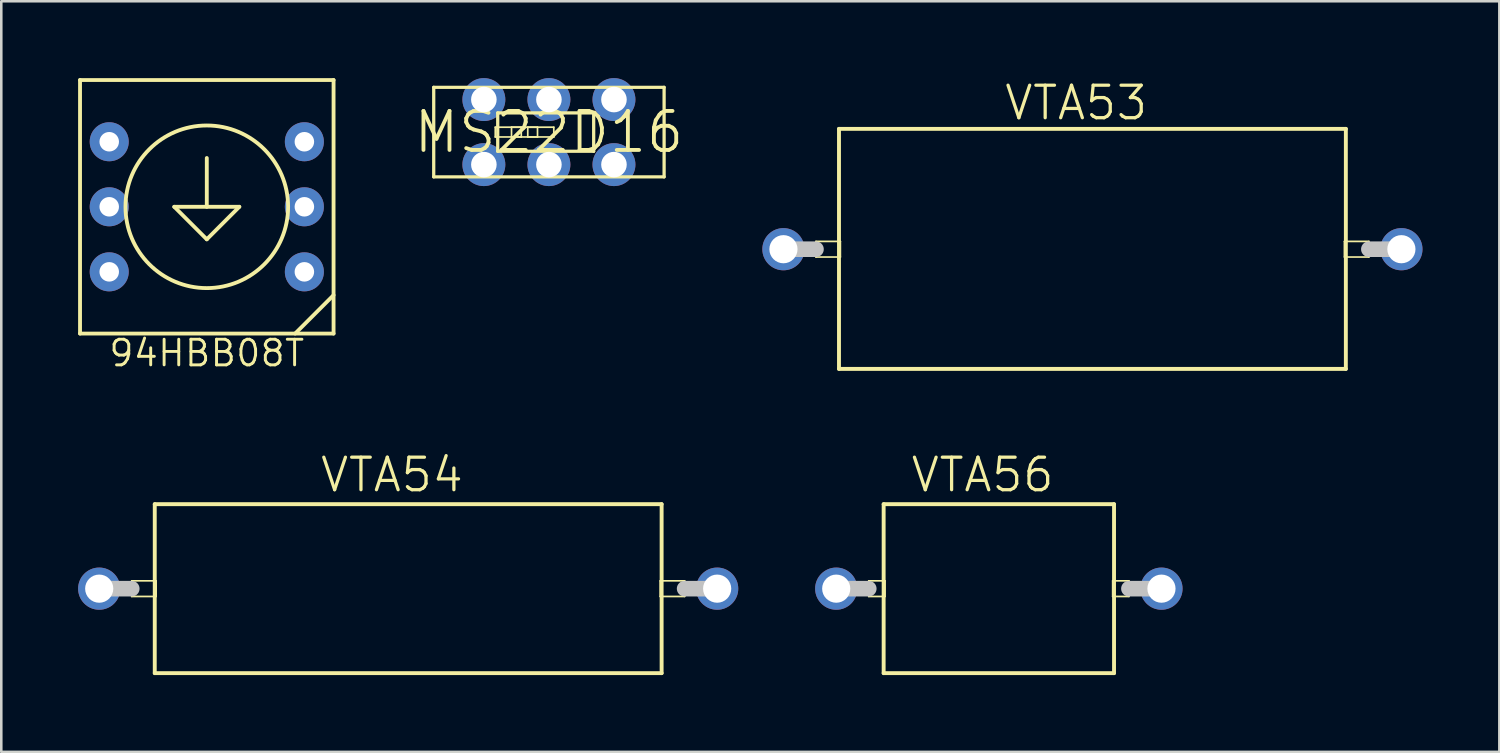
<source format=kicad_pcb>
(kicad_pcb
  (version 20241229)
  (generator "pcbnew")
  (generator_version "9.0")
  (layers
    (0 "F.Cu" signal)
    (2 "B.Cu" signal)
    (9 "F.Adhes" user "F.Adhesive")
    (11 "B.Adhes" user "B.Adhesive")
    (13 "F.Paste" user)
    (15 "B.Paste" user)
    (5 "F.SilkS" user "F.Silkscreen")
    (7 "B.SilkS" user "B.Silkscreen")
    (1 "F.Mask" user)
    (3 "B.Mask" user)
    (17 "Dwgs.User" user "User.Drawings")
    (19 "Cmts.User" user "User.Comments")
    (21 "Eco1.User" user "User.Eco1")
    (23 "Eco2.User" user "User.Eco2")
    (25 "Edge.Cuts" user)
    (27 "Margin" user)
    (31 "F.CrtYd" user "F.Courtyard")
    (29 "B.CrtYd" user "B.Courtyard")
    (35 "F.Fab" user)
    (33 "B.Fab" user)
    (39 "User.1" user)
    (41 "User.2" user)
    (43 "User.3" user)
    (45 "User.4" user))
  (footprint "VTA54"
    (layer "F.Cu")
    (at 12.889 19.936)
    (property "Reference" "VTA54" (at -0.635 -4.445 0) (layer "F.SilkS") (effects (font (size 1.27 1.27) (thickness 0.127))))
    (attr exclude_from_pos_files exclude_from_bom)
    (fp_line (start -10.795 -0.305) (end -9.842 -0.305) (stroke (width 0.066) (type solid)) (layer "F.SilkS"))
    (fp_line (start -10.795 0.305) (end -10.795 -0.305) (stroke (width 0.066) (type solid)) (layer "F.SilkS"))
    (fp_line (start -10.795 0.305) (end -9.842 0.305) (stroke (width 0.066) (type solid)) (layer "F.SilkS"))
    (fp_line (start -9.896 -3.299) (end -9.896 3.299) (stroke (width 0.152) (type solid)) (layer "F.SilkS"))
    (fp_line (start -9.896 3.299) (end 9.896 3.299) (stroke (width 0.152) (type solid)) (layer "F.SilkS"))
    (fp_line (start -9.842 0.305) (end -9.842 -0.305) (stroke (width 0.066) (type solid)) (layer "F.SilkS"))
    (fp_line (start 9.842 -0.305) (end 10.795 -0.305) (stroke (width 0.066) (type solid)) (layer "F.SilkS"))
    (fp_line (start 9.842 0.305) (end 9.842 -0.305) (stroke (width 0.066) (type solid)) (layer "F.SilkS"))
    (fp_line (start 9.842 0.305) (end 10.795 0.305) (stroke (width 0.066) (type solid)) (layer "F.SilkS"))
    (fp_line (start 9.896 -3.299) (end -9.896 -3.299) (stroke (width 0.152) (type solid)) (layer "F.SilkS"))
    (fp_line (start 9.896 3.299) (end 9.896 -3.299) (stroke (width 0.152) (type solid)) (layer "F.SilkS"))
    (fp_line (start 10.795 0.305) (end 10.795 -0.305) (stroke (width 0.066) (type solid)) (layer "F.SilkS"))
    (fp_line (start -12.065 0) (end -10.795 0) (stroke (width 0.61) (type solid)) (layer "Dwgs.User"))
    (fp_line (start 10.795 0) (end 12.065 0) (stroke (width 0.61) (type solid)) (layer "Dwgs.User"))
    (pad "1" thru_hole circle (at -12.065 0) (size 1.648 1.648) (drill 1.1) (layers "*.Cu" "*.Paste" "*.Mask"))
    (pad "2" thru_hole circle (at 12.065 0) (size 1.648 1.648) (drill 1.1) (layers "*.Cu" "*.Paste" "*.Mask")))
  (footprint "MS22D16"
    (layer "F.Cu")
    (at 18.384 2.108)
    (property "Reference" "MS22D16" (at 0 0 0) (layer "F.SilkS") (effects (font (size 1.524 1.524) (thickness 0.15))))
    (attr exclude_from_pos_files exclude_from_bom)
    (fp_line (start -4.498 -1.748) (end -4.498 1.748) (stroke (width 0.127) (type solid)) (layer "F.SilkS"))
    (fp_line (start -4.498 1.748) (end 4.498 1.748) (stroke (width 0.127) (type solid)) (layer "F.SilkS"))
    (fp_line (start -2.095 -0.191) (end -1.079 -0.191) (stroke (width 0.066) (type solid)) (layer "F.SilkS"))
    (fp_line (start -2.095 0.191) (end -2.095 -0.191) (stroke (width 0.066) (type solid)) (layer "F.SilkS"))
    (fp_line (start -2.095 0.191) (end -1.079 0.191) (stroke (width 0.066) (type solid)) (layer "F.SilkS"))
    (fp_line (start -1.999 -0.749) (end -1.999 0.749) (stroke (width 0.127) (type solid)) (layer "F.SilkS"))
    (fp_line (start -1.999 0.749) (end 1.748 0.749) (stroke (width 0.127) (type solid)) (layer "F.SilkS"))
    (fp_line (start -1.46 -0.191) (end -0.445 -0.191) (stroke (width 0.066) (type solid)) (layer "F.SilkS"))
    (fp_line (start -1.46 0.191) (end -1.46 -0.191) (stroke (width 0.066) (type solid)) (layer "F.SilkS"))
    (fp_line (start -1.46 0.191) (end -0.445 0.191) (stroke (width 0.066) (type solid)) (layer "F.SilkS"))
    (fp_line (start -1.079 0.191) (end -1.079 -0.191) (stroke (width 0.066) (type solid)) (layer "F.SilkS"))
    (fp_line (start -0.826 -0.191) (end 0.191 -0.191) (stroke (width 0.066) (type solid)) (layer "F.SilkS"))
    (fp_line (start -0.826 0.191) (end -0.826 -0.191) (stroke (width 0.066) (type solid)) (layer "F.SilkS"))
    (fp_line (start -0.826 0.191) (end 0.191 0.191) (stroke (width 0.066) (type solid)) (layer "F.SilkS"))
    (fp_line (start -0.445 0.191) (end -0.445 -0.191) (stroke (width 0.066) (type solid)) (layer "F.SilkS"))
    (fp_line (start 0.191 0.191) (end 0.191 -0.191) (stroke (width 0.066) (type solid)) (layer "F.SilkS"))
    (fp_line (start 1.748 -0.749) (end -1.999 -0.749) (stroke (width 0.127) (type solid)) (layer "F.SilkS"))
    (fp_line (start 1.748 0.749) (end 1.748 -0.749) (stroke (width 0.127) (type solid)) (layer "F.SilkS"))
    (fp_line (start 4.498 -1.748) (end -4.498 -1.748) (stroke (width 0.127) (type solid)) (layer "F.SilkS"))
    (fp_line (start 4.498 1.748) (end 4.498 -1.748) (stroke (width 0.127) (type solid)) (layer "F.SilkS"))
    (pad "1" thru_hole circle (at -2.54 -1.27) (size 1.676 1.676) (drill 0.998) (layers "*.Cu" "*.Paste" "*.Mask"))
    (pad "2" thru_hole circle (at 0 -1.27) (size 1.676 1.676) (drill 0.998) (layers "*.Cu" "*.Paste" "*.Mask"))
    (pad "3" thru_hole circle (at 2.54 -1.27) (size 1.676 1.676) (drill 0.998) (layers "*.Cu" "*.Paste" "*.Mask"))
    (pad "4" thru_hole circle (at -2.54 1.27) (size 1.676 1.676) (drill 0.998) (layers "*.Cu" "*.Paste" "*.Mask"))
    (pad "5" thru_hole circle (at 0 1.27) (size 1.676 1.676) (drill 0.998) (layers "*.Cu" "*.Paste" "*.Mask"))
    (pad "6" thru_hole circle (at 2.54 1.27) (size 1.676 1.676) (drill 0.998) (layers "*.Cu" "*.Paste" "*.Mask")))
  (footprint "VTA53"
    (layer "F.Cu")
    (at 39.607 6.681)
    (property "Reference" "VTA53" (at -0.635 -5.715 0) (layer "F.SilkS") (effects (font (size 1.27 1.27) (thickness 0.127))))
    (attr exclude_from_pos_files exclude_from_bom)
    (fp_line (start -10.795 -0.305) (end -9.842 -0.305) (stroke (width 0.066) (type solid)) (layer "F.SilkS"))
    (fp_line (start -10.795 0.305) (end -10.795 -0.305) (stroke (width 0.066) (type solid)) (layer "F.SilkS"))
    (fp_line (start -10.795 0.305) (end -9.842 0.305) (stroke (width 0.066) (type solid)) (layer "F.SilkS"))
    (fp_line (start -9.896 -4.699) (end -9.896 4.674) (stroke (width 0.152) (type solid)) (layer "F.SilkS"))
    (fp_line (start -9.896 4.674) (end 9.896 4.674) (stroke (width 0.152) (type solid)) (layer "F.SilkS"))
    (fp_line (start -9.842 0.305) (end -9.842 -0.305) (stroke (width 0.066) (type solid)) (layer "F.SilkS"))
    (fp_line (start 9.842 -0.305) (end 10.795 -0.305) (stroke (width 0.066) (type solid)) (layer "F.SilkS"))
    (fp_line (start 9.842 0.305) (end 9.842 -0.305) (stroke (width 0.066) (type solid)) (layer "F.SilkS"))
    (fp_line (start 9.842 0.305) (end 10.795 0.305) (stroke (width 0.066) (type solid)) (layer "F.SilkS"))
    (fp_line (start 9.896 -4.699) (end -9.896 -4.699) (stroke (width 0.152) (type solid)) (layer "F.SilkS"))
    (fp_line (start 9.896 4.674) (end 9.896 -4.699) (stroke (width 0.152) (type solid)) (layer "F.SilkS"))
    (fp_line (start 10.795 0.305) (end 10.795 -0.305) (stroke (width 0.066) (type solid)) (layer "F.SilkS"))
    (fp_line (start -12.065 0) (end -10.795 0) (stroke (width 0.61) (type solid)) (layer "Dwgs.User"))
    (fp_line (start 10.795 0) (end 12.065 0) (stroke (width 0.61) (type solid)) (layer "Dwgs.User"))
    (pad "1" thru_hole circle (at -12.065 0) (size 1.648 1.648) (drill 1.1) (layers "*.Cu" "*.Paste" "*.Mask"))
    (pad "2" thru_hole circle (at 12.065 0) (size 1.648 1.648) (drill 1.1) (layers "*.Cu" "*.Paste" "*.Mask")))
  (footprint "94HBB08T"
    (layer "F.Cu")
    (at 5.025 5.025)
    (property "Reference" "94HBB08T" (at 0 5.715 0) (layer "F.SilkS") (effects (font (size 1 1) (thickness 0.114))))
    (attr through_hole)
    (fp_line (start -4.95 -4.95) (end 4.95 -4.95) (stroke (width 0.15) (type solid)) (layer "F.SilkS"))
    (fp_line (start -4.95 4.95) (end -4.95 -4.95) (stroke (width 0.15) (type solid)) (layer "F.SilkS"))
    (fp_line (start -1.27 0) (end 1.27 0) (stroke (width 0.15) (type solid)) (layer "F.SilkS"))
    (fp_line (start 0 0) (end 0 -1.905) (stroke (width 0.15) (type solid)) (layer "F.SilkS"))
    (fp_line (start 0 1.27) (end -1.27 0) (stroke (width 0.15) (type solid)) (layer "F.SilkS"))
    (fp_line (start 0 1.27) (end 1.27 0) (stroke (width 0.15) (type solid)) (layer "F.SilkS"))
    (fp_line (start 4.95 -4.95) (end 4.95 4.95) (stroke (width 0.15) (type solid)) (layer "F.SilkS"))
    (fp_line (start 4.95 3.45) (end 3.45 4.95) (stroke (width 0.15) (type solid)) (layer "F.SilkS"))
    (fp_line (start 4.95 4.95) (end -4.95 4.95) (stroke (width 0.15) (type solid)) (layer "F.SilkS"))
    (fp_circle (center 0 0) (end 2.54 -1.905) (stroke (width 0.15) (type solid)) (fill no) (layer "F.SilkS"))
    (pad "1" thru_hole circle (at 3.81 2.54) (size 1.524 1.524) (drill 0.762) (layers "*.Cu" "*.Mask"))
    (pad "2" thru_hole circle (at -3.81 -2.54) (size 1.524 1.524) (drill 0.762) (layers "*.Cu" "*.Mask"))
    (pad "4" thru_hole circle (at 3.81 -2.54) (size 1.524 1.524) (drill 0.762) (layers "*.Cu" "*.Mask"))
    (pad "8" thru_hole circle (at -3.81 2.54) (size 1.524 1.524) (drill 0.762) (layers "*.Cu" "*.Mask"))
    (pad "C" thru_hole circle (at -3.81 0) (size 1.524 1.524) (drill 0.762) (layers "*.Cu" "*.Mask"))
    (pad "C" thru_hole circle (at 3.81 0) (size 1.524 1.524) (drill 0.762) (layers "*.Cu" "*.Mask")))
  (footprint "VTA56"
    (layer "F.Cu")
    (at 35.953 19.936)
    (property "Reference" "VTA56" (at -0.635 -4.445 0) (layer "F.SilkS") (effects (font (size 1.27 1.27) (thickness 0.127))))
    (attr exclude_from_pos_files exclude_from_bom)
    (fp_line (start -5.08 -0.305) (end -4.445 -0.305) (stroke (width 0.066) (type solid)) (layer "F.SilkS"))
    (fp_line (start -5.08 0.305) (end -5.08 -0.305) (stroke (width 0.066) (type solid)) (layer "F.SilkS"))
    (fp_line (start -5.08 0.305) (end -4.445 0.305) (stroke (width 0.066) (type solid)) (layer "F.SilkS"))
    (fp_line (start -4.498 -3.299) (end -4.498 3.299) (stroke (width 0.152) (type solid)) (layer "F.SilkS"))
    (fp_line (start -4.498 3.299) (end 4.498 3.299) (stroke (width 0.152) (type solid)) (layer "F.SilkS"))
    (fp_line (start -4.445 0.305) (end -4.445 -0.305) (stroke (width 0.066) (type solid)) (layer "F.SilkS"))
    (fp_line (start 4.445 -0.305) (end 5.08 -0.305) (stroke (width 0.066) (type solid)) (layer "F.SilkS"))
    (fp_line (start 4.445 0.305) (end 4.445 -0.305) (stroke (width 0.066) (type solid)) (layer "F.SilkS"))
    (fp_line (start 4.445 0.305) (end 5.08 0.305) (stroke (width 0.066) (type solid)) (layer "F.SilkS"))
    (fp_line (start 4.498 -3.299) (end -4.498 -3.299) (stroke (width 0.152) (type solid)) (layer "F.SilkS"))
    (fp_line (start 4.498 3.299) (end 4.498 -3.299) (stroke (width 0.152) (type solid)) (layer "F.SilkS"))
    (fp_line (start 5.08 0.305) (end 5.08 -0.305) (stroke (width 0.066) (type solid)) (layer "F.SilkS"))
    (fp_line (start -6.35 0) (end -5.08 0) (stroke (width 0.61) (type solid)) (layer "Dwgs.User"))
    (fp_line (start 5.08 0) (end 6.35 0) (stroke (width 0.61) (type solid)) (layer "Dwgs.User"))
    (pad "1" thru_hole circle (at -6.35 0) (size 1.648 1.648) (drill 1.1) (layers "*.Cu" "*.Paste" "*.Mask"))
    (pad "2" thru_hole circle (at 6.35 0) (size 1.648 1.648) (drill 1.1) (layers "*.Cu" "*.Paste" "*.Mask")))
  (gr_rect
    (start -3 -3)
    (end 55.497 26.311)
    (stroke (width 0.1) (type default))
    (fill no)
    (layer "Edge.Cuts")))
</source>
